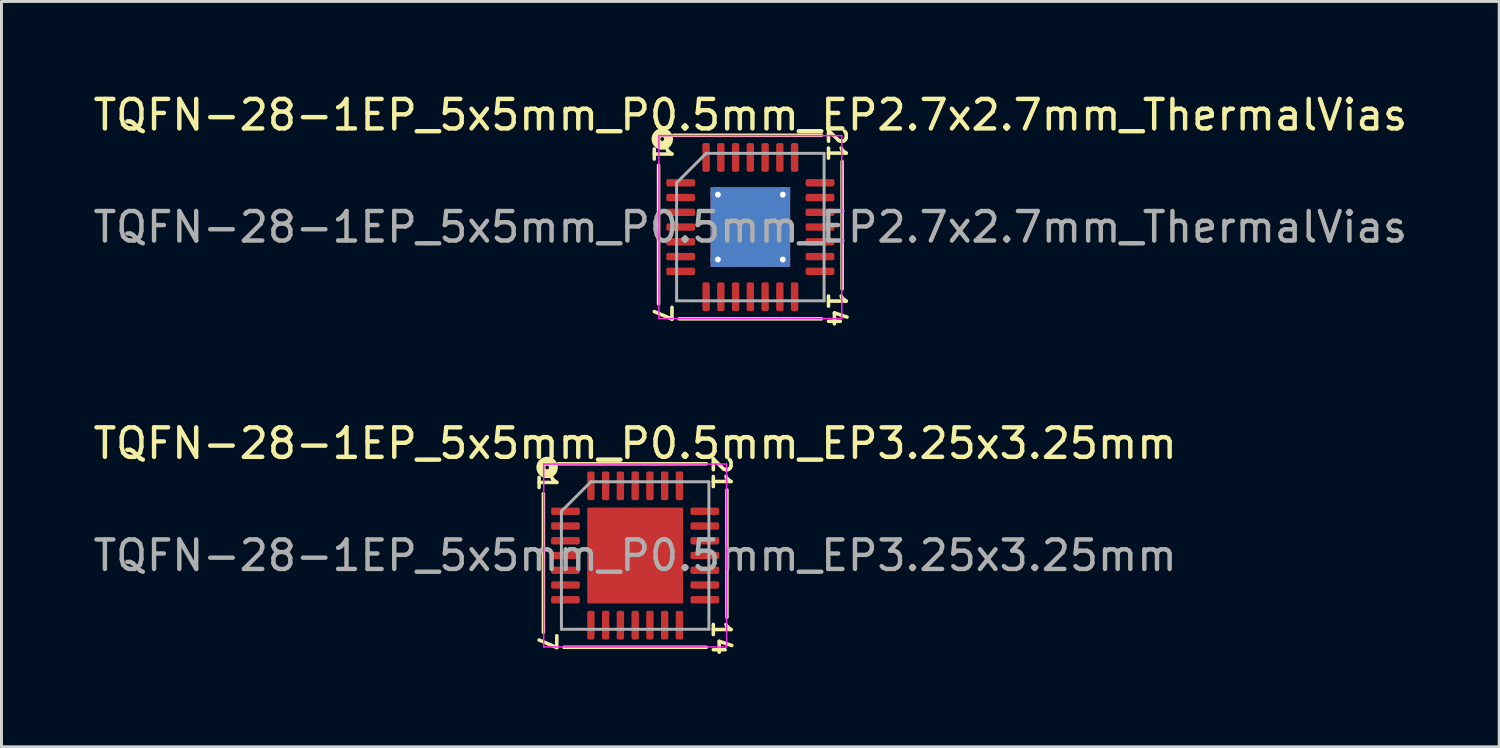
<source format=kicad_pcb>
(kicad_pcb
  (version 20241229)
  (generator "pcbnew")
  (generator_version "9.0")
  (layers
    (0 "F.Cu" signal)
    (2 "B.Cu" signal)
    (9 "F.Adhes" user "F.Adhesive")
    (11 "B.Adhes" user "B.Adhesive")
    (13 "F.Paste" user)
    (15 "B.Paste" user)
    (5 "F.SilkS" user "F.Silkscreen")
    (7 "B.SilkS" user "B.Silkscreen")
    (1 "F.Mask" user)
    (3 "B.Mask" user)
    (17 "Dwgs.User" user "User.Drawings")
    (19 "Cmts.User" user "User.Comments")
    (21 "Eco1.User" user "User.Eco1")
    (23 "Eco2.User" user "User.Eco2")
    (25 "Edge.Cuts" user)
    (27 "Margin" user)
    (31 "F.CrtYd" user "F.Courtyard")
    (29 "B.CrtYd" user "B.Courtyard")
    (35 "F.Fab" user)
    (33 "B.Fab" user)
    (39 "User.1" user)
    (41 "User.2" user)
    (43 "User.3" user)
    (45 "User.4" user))
  (footprint "TQFN-28-1EP_5x5mm_P0.5mm_EP3.25x3.25mm"
    (layer "F.Cu")
    (at 18.482 15.782)
    (property "Reference" "TQFN-28-1EP_5x5mm_P0.5mm_EP3.25x3.25mm" (at 0 -3.8 0) (layer "F.SilkS") (effects (font (size 1 1) (thickness 0.15))))
    (attr smd)
    (fp_line (start -3.111 -2.095) (end -3.111 2.603) (stroke (width 0.12) (type solid)) (layer "F.SilkS"))
    (fp_line (start -2.413 3.111) (end 2.413 3.111) (stroke (width 0.12) (type solid)) (layer "F.SilkS"))
    (fp_line (start 2.413 -3.111) (end -2.603 -3.111) (stroke (width 0.12) (type solid)) (layer "F.SilkS"))
    (fp_line (start 3.111 2.095) (end 3.111 -2.223) (stroke (width 0.12) (type solid)) (layer "F.SilkS"))
    (fp_circle (center -2.985 -2.985) (end -2.921 -2.985) (stroke (width 0.3) (type solid)) (fill no) (layer "F.SilkS"))
    (fp_line (start -3.1 -3.1) (end -3.1 3.1) (stroke (width 0.05) (type solid)) (layer "F.CrtYd"))
    (fp_line (start -3.1 3.1) (end 3.1 3.1) (stroke (width 0.05) (type solid)) (layer "F.CrtYd"))
    (fp_line (start 3.1 -3.1) (end -3.1 -3.1) (stroke (width 0.05) (type solid)) (layer "F.CrtYd"))
    (fp_line (start 3.1 3.1) (end 3.1 -3.1) (stroke (width 0.05) (type solid)) (layer "F.CrtYd"))
    (fp_line (start -2.5 -1.5) (end -1.5 -2.5) (stroke (width 0.1) (type solid)) (layer "F.Fab"))
    (fp_line (start -2.5 2.5) (end -2.5 -1.5) (stroke (width 0.1) (type solid)) (layer "F.Fab"))
    (fp_line (start -1.5 -2.5) (end 2.5 -2.5) (stroke (width 0.1) (type solid)) (layer "F.Fab"))
    (fp_line (start 2.5 -2.5) (end 2.5 2.5) (stroke (width 0.1) (type solid)) (layer "F.Fab"))
    (fp_line (start 2.5 2.5) (end -2.5 2.5) (stroke (width 0.1) (type solid)) (layer "F.Fab"))
    (fp_text user "1" (at -2.985 -2.477 270) (unlocked yes) (layer "F.SilkS") (effects (font (size 0.6 0.6) (thickness 0.12))))
    (fp_text user "21" (at 2.921 -2.794 270) (unlocked yes) (layer "F.SilkS") (effects (font (size 0.6 0.6) (thickness 0.12))))
    (fp_text user "14" (at 2.921 2.794 270) (unlocked yes) (layer "F.SilkS") (effects (font (size 0.6 0.6) (thickness 0.12))))
    (fp_text user "7" (at -2.985 2.921 270) (unlocked yes) (layer "F.SilkS") (effects (font (size 0.6 0.6) (thickness 0.12))))
    (fp_text user "${REFERENCE}" (at 0 0 0) (layer "F.Fab") (effects (font (size 1 1) (thickness 0.15))))
    (pad "" smd roundrect (at -0.81 -0.81) (size 1.31 1.31) (layers "F.Paste") (roundrect_rratio 0.191))
    (pad "" smd roundrect (at -0.81 0.81) (size 1.31 1.31) (layers "F.Paste") (roundrect_rratio 0.191))
    (pad "" smd roundrect (at 0.81 -0.81) (size 1.31 1.31) (layers "F.Paste") (roundrect_rratio 0.191))
    (pad "" smd roundrect (at 0.81 0.81) (size 1.31 1.31) (layers "F.Paste") (roundrect_rratio 0.191))
    (pad "1" smd roundrect (at -2.362 -1.5) (size 0.975 0.25) (layers "F.Cu" "F.Mask" "F.Paste") (roundrect_rratio 0.25))
    (pad "2" smd roundrect (at -2.362 -1) (size 0.975 0.25) (layers "F.Cu" "F.Mask" "F.Paste") (roundrect_rratio 0.25))
    (pad "3" smd roundrect (at -2.362 -0.5) (size 0.975 0.25) (layers "F.Cu" "F.Mask" "F.Paste") (roundrect_rratio 0.25))
    (pad "4" smd roundrect (at -2.362 0) (size 0.975 0.25) (layers "F.Cu" "F.Mask" "F.Paste") (roundrect_rratio 0.25))
    (pad "5" smd roundrect (at -2.362 0.5) (size 0.975 0.25) (layers "F.Cu" "F.Mask" "F.Paste") (roundrect_rratio 0.25))
    (pad "6" smd roundrect (at -2.362 1) (size 0.975 0.25) (layers "F.Cu" "F.Mask" "F.Paste") (roundrect_rratio 0.25))
    (pad "7" smd roundrect (at -2.362 1.5) (size 0.975 0.25) (layers "F.Cu" "F.Mask" "F.Paste") (roundrect_rratio 0.25))
    (pad "8" smd roundrect (at -1.5 2.362) (size 0.25 0.975) (layers "F.Cu" "F.Mask" "F.Paste") (roundrect_rratio 0.25))
    (pad "9" smd roundrect (at -1 2.362) (size 0.25 0.975) (layers "F.Cu" "F.Mask" "F.Paste") (roundrect_rratio 0.25))
    (pad "10" smd roundrect (at -0.5 2.362) (size 0.25 0.975) (layers "F.Cu" "F.Mask" "F.Paste") (roundrect_rratio 0.25))
    (pad "11" smd roundrect (at 0 2.362) (size 0.25 0.975) (layers "F.Cu" "F.Mask" "F.Paste") (roundrect_rratio 0.25))
    (pad "12" smd roundrect (at 0.5 2.362) (size 0.25 0.975) (layers "F.Cu" "F.Mask" "F.Paste") (roundrect_rratio 0.25))
    (pad "13" smd roundrect (at 1 2.362) (size 0.25 0.975) (layers "F.Cu" "F.Mask" "F.Paste") (roundrect_rratio 0.25))
    (pad "14" smd roundrect (at 1.5 2.362) (size 0.25 0.975) (layers "F.Cu" "F.Mask" "F.Paste") (roundrect_rratio 0.25))
    (pad "15" smd roundrect (at 2.362 1.5) (size 0.975 0.25) (layers "F.Cu" "F.Mask" "F.Paste") (roundrect_rratio 0.25))
    (pad "16" smd roundrect (at 2.362 1) (size 0.975 0.25) (layers "F.Cu" "F.Mask" "F.Paste") (roundrect_rratio 0.25))
    (pad "17" smd roundrect (at 2.362 0.5) (size 0.975 0.25) (layers "F.Cu" "F.Mask" "F.Paste") (roundrect_rratio 0.25))
    (pad "18" smd roundrect (at 2.362 0) (size 0.975 0.25) (layers "F.Cu" "F.Mask" "F.Paste") (roundrect_rratio 0.25))
    (pad "19" smd roundrect (at 2.362 -0.5) (size 0.975 0.25) (layers "F.Cu" "F.Mask" "F.Paste") (roundrect_rratio 0.25))
    (pad "20" smd roundrect (at 2.362 -1) (size 0.975 0.25) (layers "F.Cu" "F.Mask" "F.Paste") (roundrect_rratio 0.25))
    (pad "21" smd roundrect (at 2.362 -1.5) (size 0.975 0.25) (layers "F.Cu" "F.Mask" "F.Paste") (roundrect_rratio 0.25))
    (pad "22" smd roundrect (at 1.5 -2.362) (size 0.25 0.975) (layers "F.Cu" "F.Mask" "F.Paste") (roundrect_rratio 0.25))
    (pad "23" smd roundrect (at 1 -2.362) (size 0.25 0.975) (layers "F.Cu" "F.Mask" "F.Paste") (roundrect_rratio 0.25))
    (pad "24" smd roundrect (at 0.5 -2.362) (size 0.25 0.975) (layers "F.Cu" "F.Mask" "F.Paste") (roundrect_rratio 0.25))
    (pad "25" smd roundrect (at 0 -2.362) (size 0.25 0.975) (layers "F.Cu" "F.Mask" "F.Paste") (roundrect_rratio 0.25))
    (pad "26" smd roundrect (at -0.5 -2.362) (size 0.25 0.975) (layers "F.Cu" "F.Mask" "F.Paste") (roundrect_rratio 0.25))
    (pad "27" smd roundrect (at -1 -2.362) (size 0.25 0.975) (layers "F.Cu" "F.Mask" "F.Paste") (roundrect_rratio 0.25))
    (pad "28" smd roundrect (at -1.5 -2.362) (size 0.25 0.975) (layers "F.Cu" "F.Mask" "F.Paste") (roundrect_rratio 0.25))
    (pad "29" smd rect (at 0 0) (size 3.25 3.25) (layers "F.Cu" "F.Mask")))
  (footprint "TQFN-28-1EP_5x5mm_P0.5mm_EP2.7x2.7mm_ThermalVias"
    (layer "F.Cu")
    (at 22.387 4.648)
    (property "Reference" "TQFN-28-1EP_5x5mm_P0.5mm_EP2.7x2.7mm_ThermalVias" (at 0 -3.8 0) (layer "F.SilkS") (effects (font (size 1 1) (thickness 0.15))))
    (attr smd)
    (fp_line (start -3.111 -2.095) (end -3.111 2.603) (stroke (width 0.12) (type solid)) (layer "F.SilkS"))
    (fp_line (start -2.413 3.111) (end 2.413 3.111) (stroke (width 0.12) (type solid)) (layer "F.SilkS"))
    (fp_line (start 2.413 -3.111) (end -2.603 -3.111) (stroke (width 0.12) (type solid)) (layer "F.SilkS"))
    (fp_line (start 3.111 2.095) (end 3.111 -2.223) (stroke (width 0.12) (type solid)) (layer "F.SilkS"))
    (fp_circle (center -2.985 -2.985) (end -2.921 -2.985) (stroke (width 0.3) (type solid)) (fill no) (layer "F.SilkS"))
    (fp_line (start -3.1 -3.1) (end -3.1 3.1) (stroke (width 0.05) (type solid)) (layer "F.CrtYd"))
    (fp_line (start -3.1 3.1) (end 3.1 3.1) (stroke (width 0.05) (type solid)) (layer "F.CrtYd"))
    (fp_line (start 3.1 -3.1) (end -3.1 -3.1) (stroke (width 0.05) (type solid)) (layer "F.CrtYd"))
    (fp_line (start 3.1 3.1) (end 3.1 -3.1) (stroke (width 0.05) (type solid)) (layer "F.CrtYd"))
    (fp_line (start -2.5 -1.5) (end -1.5 -2.5) (stroke (width 0.1) (type solid)) (layer "F.Fab"))
    (fp_line (start -2.5 2.5) (end -2.5 -1.5) (stroke (width 0.1) (type solid)) (layer "F.Fab"))
    (fp_line (start -1.5 -2.5) (end 2.5 -2.5) (stroke (width 0.1) (type solid)) (layer "F.Fab"))
    (fp_line (start 2.5 -2.5) (end 2.5 2.5) (stroke (width 0.1) (type solid)) (layer "F.Fab"))
    (fp_line (start 2.5 2.5) (end -2.5 2.5) (stroke (width 0.1) (type solid)) (layer "F.Fab"))
    (fp_text user "14" (at 2.921 2.794 270) (unlocked yes) (layer "F.SilkS") (effects (font (size 0.6 0.6) (thickness 0.12))))
    (fp_text user "21" (at 2.921 -2.794 270) (unlocked yes) (layer "F.SilkS") (effects (font (size 0.6 0.6) (thickness 0.12))))
    (fp_text user "7" (at -2.985 2.921 270) (unlocked yes) (layer "F.SilkS") (effects (font (size 0.6 0.6) (thickness 0.12))))
    (fp_text user "1" (at -2.985 -2.477 270) (unlocked yes) (layer "F.SilkS") (effects (font (size 0.6 0.6) (thickness 0.12))))
    (fp_text user "${REFERENCE}" (at 0 0 0) (layer "F.Fab") (effects (font (size 1 1) (thickness 0.15))))
    (pad "" smd roundrect (at -0.675 -0.675) (size 1.17 1.17) (layers "F.Paste") (roundrect_rratio 0.214))
    (pad "" smd roundrect (at -0.675 0.675) (size 1.17 1.17) (layers "F.Paste") (roundrect_rratio 0.214))
    (pad "" smd roundrect (at 0.675 -0.675) (size 1.17 1.17) (layers "F.Paste") (roundrect_rratio 0.214))
    (pad "" smd roundrect (at 0.675 0.675) (size 1.17 1.17) (layers "F.Paste") (roundrect_rratio 0.214))
    (pad "1" smd roundrect (at -2.362 -1.5) (size 0.975 0.25) (layers "F.Cu" "F.Mask" "F.Paste") (roundrect_rratio 0.25))
    (pad "2" smd roundrect (at -2.362 -1) (size 0.975 0.25) (layers "F.Cu" "F.Mask" "F.Paste") (roundrect_rratio 0.25))
    (pad "3" smd roundrect (at -2.362 -0.5) (size 0.975 0.25) (layers "F.Cu" "F.Mask" "F.Paste") (roundrect_rratio 0.25))
    (pad "4" smd roundrect (at -2.362 0) (size 0.975 0.25) (layers "F.Cu" "F.Mask" "F.Paste") (roundrect_rratio 0.25))
    (pad "5" smd roundrect (at -2.362 0.5) (size 0.975 0.25) (layers "F.Cu" "F.Mask" "F.Paste") (roundrect_rratio 0.25))
    (pad "6" smd roundrect (at -2.362 1) (size 0.975 0.25) (layers "F.Cu" "F.Mask" "F.Paste") (roundrect_rratio 0.25))
    (pad "7" smd roundrect (at -2.362 1.5) (size 0.975 0.25) (layers "F.Cu" "F.Mask" "F.Paste") (roundrect_rratio 0.25))
    (pad "8" smd roundrect (at -1.5 2.362) (size 0.25 0.975) (layers "F.Cu" "F.Mask" "F.Paste") (roundrect_rratio 0.25))
    (pad "9" smd roundrect (at -1 2.362) (size 0.25 0.975) (layers "F.Cu" "F.Mask" "F.Paste") (roundrect_rratio 0.25))
    (pad "10" smd roundrect (at -0.5 2.362) (size 0.25 0.975) (layers "F.Cu" "F.Mask" "F.Paste") (roundrect_rratio 0.25))
    (pad "11" smd roundrect (at 0 2.362) (size 0.25 0.975) (layers "F.Cu" "F.Mask" "F.Paste") (roundrect_rratio 0.25))
    (pad "12" smd roundrect (at 0.5 2.362) (size 0.25 0.975) (layers "F.Cu" "F.Mask" "F.Paste") (roundrect_rratio 0.25))
    (pad "13" smd roundrect (at 1 2.362) (size 0.25 0.975) (layers "F.Cu" "F.Mask" "F.Paste") (roundrect_rratio 0.25))
    (pad "14" smd roundrect (at 1.5 2.362) (size 0.25 0.975) (layers "F.Cu" "F.Mask" "F.Paste") (roundrect_rratio 0.25))
    (pad "15" smd roundrect (at 2.362 1.5) (size 0.975 0.25) (layers "F.Cu" "F.Mask" "F.Paste") (roundrect_rratio 0.25))
    (pad "16" smd roundrect (at 2.362 1) (size 0.975 0.25) (layers "F.Cu" "F.Mask" "F.Paste") (roundrect_rratio 0.25))
    (pad "17" smd roundrect (at 2.362 0.5) (size 0.975 0.25) (layers "F.Cu" "F.Mask" "F.Paste") (roundrect_rratio 0.25))
    (pad "18" smd roundrect (at 2.362 0) (size 0.975 0.25) (layers "F.Cu" "F.Mask" "F.Paste") (roundrect_rratio 0.25))
    (pad "19" smd roundrect (at 2.362 -0.5) (size 0.975 0.25) (layers "F.Cu" "F.Mask" "F.Paste") (roundrect_rratio 0.25))
    (pad "20" smd roundrect (at 2.362 -1) (size 0.975 0.25) (layers "F.Cu" "F.Mask" "F.Paste") (roundrect_rratio 0.25))
    (pad "21" smd roundrect (at 2.362 -1.5) (size 0.975 0.25) (layers "F.Cu" "F.Mask" "F.Paste") (roundrect_rratio 0.25))
    (pad "22" smd roundrect (at 1.5 -2.362) (size 0.25 0.975) (layers "F.Cu" "F.Mask" "F.Paste") (roundrect_rratio 0.25))
    (pad "23" smd roundrect (at 1 -2.362) (size 0.25 0.975) (layers "F.Cu" "F.Mask" "F.Paste") (roundrect_rratio 0.25))
    (pad "24" smd roundrect (at 0.5 -2.362) (size 0.25 0.975) (layers "F.Cu" "F.Mask" "F.Paste") (roundrect_rratio 0.25))
    (pad "25" smd roundrect (at 0 -2.362) (size 0.25 0.975) (layers "F.Cu" "F.Mask" "F.Paste") (roundrect_rratio 0.25))
    (pad "26" smd roundrect (at -0.5 -2.362) (size 0.25 0.975) (layers "F.Cu" "F.Mask" "F.Paste") (roundrect_rratio 0.25))
    (pad "27" smd roundrect (at -1 -2.362) (size 0.25 0.975) (layers "F.Cu" "F.Mask" "F.Paste") (roundrect_rratio 0.25))
    (pad "28" smd roundrect (at -1.5 -2.362) (size 0.25 0.975) (layers "F.Cu" "F.Mask" "F.Paste") (roundrect_rratio 0.25))
    (pad "29" thru_hole circle (at -1.1 -1.1) (size 0.5 0.5) (drill 0.2) (layers "*.Cu"))
    (pad "29" thru_hole circle (at -1.1 1.1) (size 0.5 0.5) (drill 0.2) (layers "*.Cu"))
    (pad "29" smd rect (at 0 0) (size 2.7 2.7) (layers "F.Cu" "F.Mask"))
    (pad "29" smd rect (at 0 0) (size 2.7 2.7) (layers "B.Cu" "B.Mask"))
    (pad "29" thru_hole circle (at 1.1 -1.1) (size 0.5 0.5) (drill 0.2) (layers "*.Cu"))
    (pad "29" thru_hole circle (at 1.1 1.1) (size 0.5 0.5) (drill 0.2) (layers "*.Cu")))
  (gr_rect
    (start -3 -3)
    (end 47.774 22.267)
    (stroke (width 0.1) (type default))
    (fill no)
    (layer "Edge.Cuts")))
</source>
